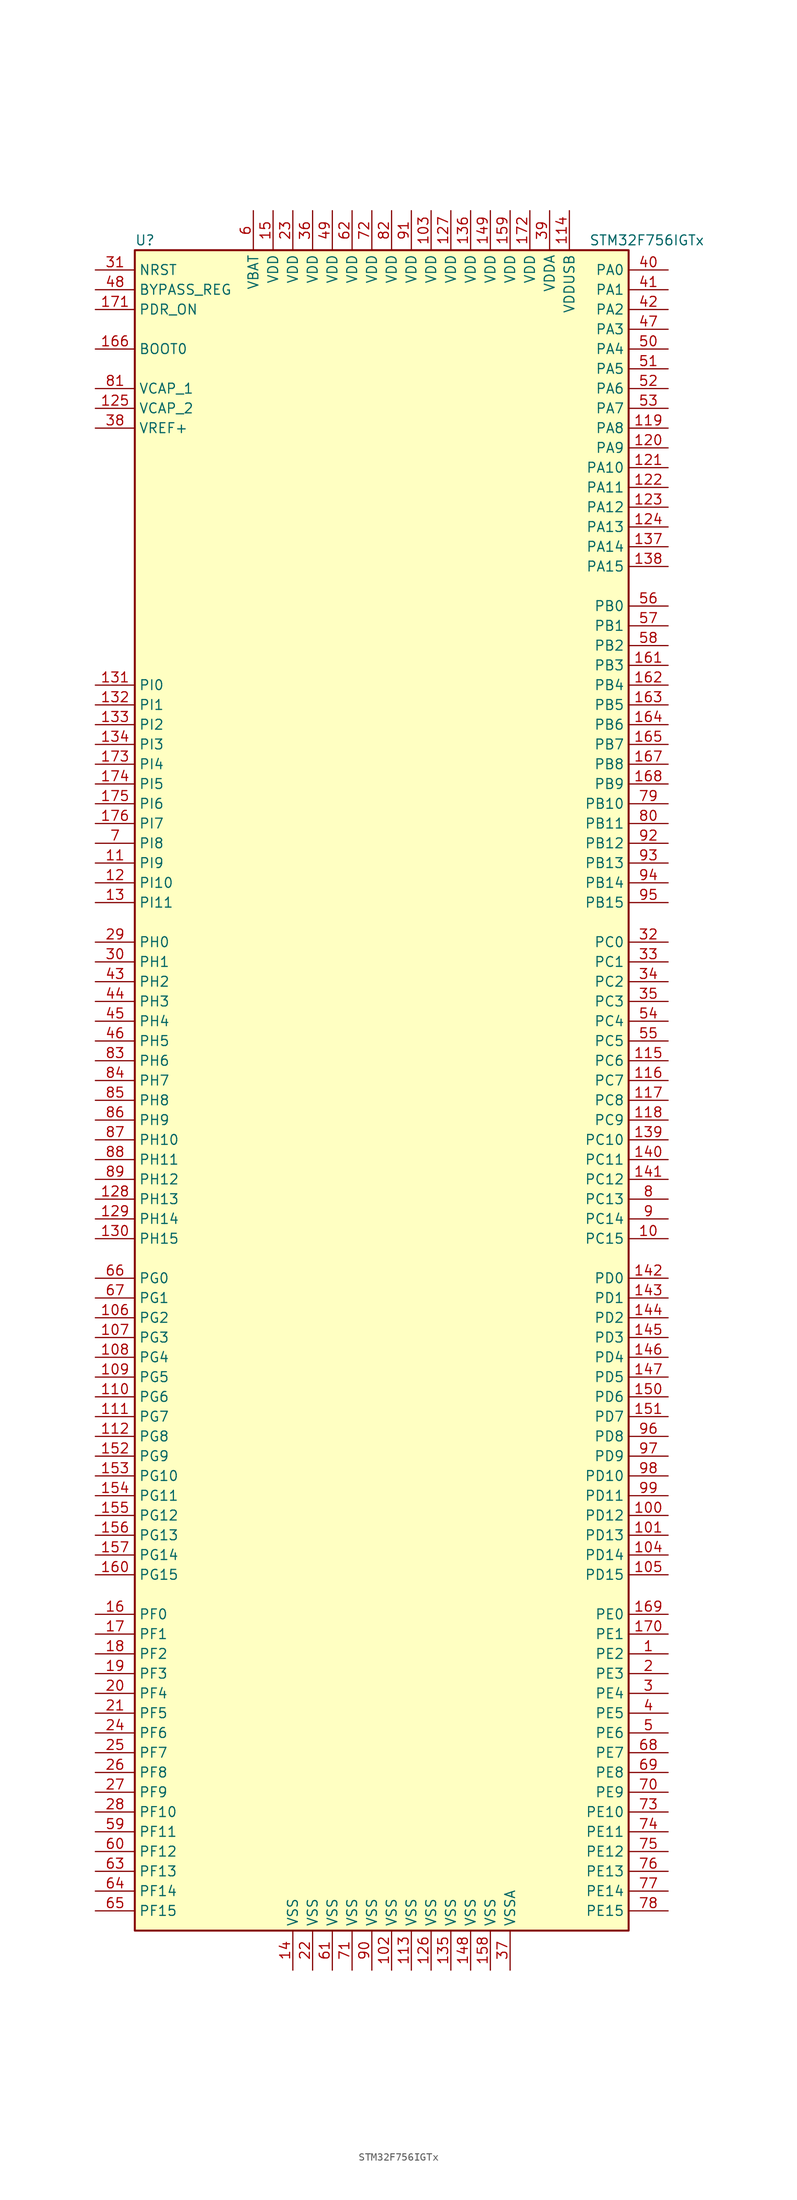
<source format=kicad_sym>
(kicad_symbol_lib
  (version 20211014)
  (generator kicad_symbol_editor)
  (symbol "STM32F756IGTx"
    (property "Reference" "U"
      (at -33.02 107.95 0)
      (effects (font (size 1.27 1.27)) (justify left)))
    (property "Value" "STM32F756IGTx"
      (at 25.4 107.95 0)
      (effects (font (size 1.27 1.27)) (justify left)))
    (symbol "STM32F756IGTx_0_1"
      (rectangle (start -33.02 -109.22) (end 30.48 106.68) (stroke (width 0.254) (type default) (color 0 0 0 0)) (fill (type background))))
    (symbol "STM32F756IGTx_1_1"
      (pin bidirectional line (at 35.56 -73.66 180) (length 5.08) (name "PE2" (effects (font (size 1.27 1.27)))) (number "1" (effects (font (size 1.27 1.27)))))
      (pin bidirectional line (at 35.56 -20.32 180) (length 5.08) (name "PC15" (effects (font (size 1.27 1.27)))) (number "10" (effects (font (size 1.27 1.27)))))
      (pin bidirectional line (at 35.56 -55.88 180) (length 5.08) (name "PD12" (effects (font (size 1.27 1.27)))) (number "100" (effects (font (size 1.27 1.27)))))
      (pin bidirectional line (at 35.56 -58.42 180) (length 5.08) (name "PD13" (effects (font (size 1.27 1.27)))) (number "101" (effects (font (size 1.27 1.27)))))
      (pin power_in line (at 0 -114.3 90) (length 5.08) (name "VSS" (effects (font (size 1.27 1.27)))) (number "102" (effects (font (size 1.27 1.27)))))
      (pin power_in line (at 5.08 111.76 270) (length 5.08) (name "VDD" (effects (font (size 1.27 1.27)))) (number "103" (effects (font (size 1.27 1.27)))))
      (pin bidirectional line (at 35.56 -60.96 180) (length 5.08) (name "PD14" (effects (font (size 1.27 1.27)))) (number "104" (effects (font (size 1.27 1.27)))))
      (pin bidirectional line (at 35.56 -63.5 180) (length 5.08) (name "PD15" (effects (font (size 1.27 1.27)))) (number "105" (effects (font (size 1.27 1.27)))))
      (pin bidirectional line (at -38.1 -30.48 0) (length 5.08) (name "PG2" (effects (font (size 1.27 1.27)))) (number "106" (effects (font (size 1.27 1.27)))))
      (pin bidirectional line (at -38.1 -33.02 0) (length 5.08) (name "PG3" (effects (font (size 1.27 1.27)))) (number "107" (effects (font (size 1.27 1.27)))))
      (pin bidirectional line (at -38.1 -35.56 0) (length 5.08) (name "PG4" (effects (font (size 1.27 1.27)))) (number "108" (effects (font (size 1.27 1.27)))))
      (pin bidirectional line (at -38.1 -38.1 0) (length 5.08) (name "PG5" (effects (font (size 1.27 1.27)))) (number "109" (effects (font (size 1.27 1.27)))))
      (pin bidirectional line (at -38.1 27.94 0) (length 5.08) (name "PI9" (effects (font (size 1.27 1.27)))) (number "11" (effects (font (size 1.27 1.27)))))
      (pin bidirectional line (at -38.1 -40.64 0) (length 5.08) (name "PG6" (effects (font (size 1.27 1.27)))) (number "110" (effects (font (size 1.27 1.27)))))
      (pin bidirectional line (at -38.1 -43.18 0) (length 5.08) (name "PG7" (effects (font (size 1.27 1.27)))) (number "111" (effects (font (size 1.27 1.27)))))
      (pin bidirectional line (at -38.1 -45.72 0) (length 5.08) (name "PG8" (effects (font (size 1.27 1.27)))) (number "112" (effects (font (size 1.27 1.27)))))
      (pin power_in line (at 2.54 -114.3 90) (length 5.08) (name "VSS" (effects (font (size 1.27 1.27)))) (number "113" (effects (font (size 1.27 1.27)))))
      (pin power_in line (at 22.86 111.76 270) (length 5.08) (name "VDDUSB" (effects (font (size 1.27 1.27)))) (number "114" (effects (font (size 1.27 1.27)))))
      (pin bidirectional line (at 35.56 2.54 180) (length 5.08) (name "PC6" (effects (font (size 1.27 1.27)))) (number "115" (effects (font (size 1.27 1.27)))))
      (pin bidirectional line (at 35.56 0 180) (length 5.08) (name "PC7" (effects (font (size 1.27 1.27)))) (number "116" (effects (font (size 1.27 1.27)))))
      (pin bidirectional line (at 35.56 -2.54 180) (length 5.08) (name "PC8" (effects (font (size 1.27 1.27)))) (number "117" (effects (font (size 1.27 1.27)))))
      (pin bidirectional line (at 35.56 -5.08 180) (length 5.08) (name "PC9" (effects (font (size 1.27 1.27)))) (number "118" (effects (font (size 1.27 1.27)))))
      (pin bidirectional line (at 35.56 83.82 180) (length 5.08) (name "PA8" (effects (font (size 1.27 1.27)))) (number "119" (effects (font (size 1.27 1.27)))))
      (pin bidirectional line (at -38.1 25.4 0) (length 5.08) (name "PI10" (effects (font (size 1.27 1.27)))) (number "12" (effects (font (size 1.27 1.27)))))
      (pin bidirectional line (at 35.56 81.28 180) (length 5.08) (name "PA9" (effects (font (size 1.27 1.27)))) (number "120" (effects (font (size 1.27 1.27)))))
      (pin bidirectional line (at 35.56 78.74 180) (length 5.08) (name "PA10" (effects (font (size 1.27 1.27)))) (number "121" (effects (font (size 1.27 1.27)))))
      (pin bidirectional line (at 35.56 76.2 180) (length 5.08) (name "PA11" (effects (font (size 1.27 1.27)))) (number "122" (effects (font (size 1.27 1.27)))))
      (pin bidirectional line (at 35.56 73.66 180) (length 5.08) (name "PA12" (effects (font (size 1.27 1.27)))) (number "123" (effects (font (size 1.27 1.27)))))
      (pin bidirectional line (at 35.56 71.12 180) (length 5.08) (name "PA13" (effects (font (size 1.27 1.27)))) (number "124" (effects (font (size 1.27 1.27)))))
      (pin power_in line (at -38.1 86.36 0) (length 5.08) (name "VCAP_2" (effects (font (size 1.27 1.27)))) (number "125" (effects (font (size 1.27 1.27)))))
      (pin power_in line (at 5.08 -114.3 90) (length 5.08) (name "VSS" (effects (font (size 1.27 1.27)))) (number "126" (effects (font (size 1.27 1.27)))))
      (pin power_in line (at 7.62 111.76 270) (length 5.08) (name "VDD" (effects (font (size 1.27 1.27)))) (number "127" (effects (font (size 1.27 1.27)))))
      (pin bidirectional line (at -38.1 -15.24 0) (length 5.08) (name "PH13" (effects (font (size 1.27 1.27)))) (number "128" (effects (font (size 1.27 1.27)))))
      (pin bidirectional line (at -38.1 -17.78 0) (length 5.08) (name "PH14" (effects (font (size 1.27 1.27)))) (number "129" (effects (font (size 1.27 1.27)))))
      (pin bidirectional line (at -38.1 22.86 0) (length 5.08) (name "PI11" (effects (font (size 1.27 1.27)))) (number "13" (effects (font (size 1.27 1.27)))))
      (pin bidirectional line (at -38.1 -20.32 0) (length 5.08) (name "PH15" (effects (font (size 1.27 1.27)))) (number "130" (effects (font (size 1.27 1.27)))))
      (pin bidirectional line (at -38.1 50.8 0) (length 5.08) (name "PI0" (effects (font (size 1.27 1.27)))) (number "131" (effects (font (size 1.27 1.27)))))
      (pin bidirectional line (at -38.1 48.26 0) (length 5.08) (name "PI1" (effects (font (size 1.27 1.27)))) (number "132" (effects (font (size 1.27 1.27)))))
      (pin bidirectional line (at -38.1 45.72 0) (length 5.08) (name "PI2" (effects (font (size 1.27 1.27)))) (number "133" (effects (font (size 1.27 1.27)))))
      (pin bidirectional line (at -38.1 43.18 0) (length 5.08) (name "PI3" (effects (font (size 1.27 1.27)))) (number "134" (effects (font (size 1.27 1.27)))))
      (pin power_in line (at 7.62 -114.3 90) (length 5.08) (name "VSS" (effects (font (size 1.27 1.27)))) (number "135" (effects (font (size 1.27 1.27)))))
      (pin power_in line (at 10.16 111.76 270) (length 5.08) (name "VDD" (effects (font (size 1.27 1.27)))) (number "136" (effects (font (size 1.27 1.27)))))
      (pin bidirectional line (at 35.56 68.58 180) (length 5.08) (name "PA14" (effects (font (size 1.27 1.27)))) (number "137" (effects (font (size 1.27 1.27)))))
      (pin bidirectional line (at 35.56 66.04 180) (length 5.08) (name "PA15" (effects (font (size 1.27 1.27)))) (number "138" (effects (font (size 1.27 1.27)))))
      (pin bidirectional line (at 35.56 -7.62 180) (length 5.08) (name "PC10" (effects (font (size 1.27 1.27)))) (number "139" (effects (font (size 1.27 1.27)))))
      (pin power_in line (at -12.7 -114.3 90) (length 5.08) (name "VSS" (effects (font (size 1.27 1.27)))) (number "14" (effects (font (size 1.27 1.27)))))
      (pin bidirectional line (at 35.56 -10.16 180) (length 5.08) (name "PC11" (effects (font (size 1.27 1.27)))) (number "140" (effects (font (size 1.27 1.27)))))
      (pin bidirectional line (at 35.56 -12.7 180) (length 5.08) (name "PC12" (effects (font (size 1.27 1.27)))) (number "141" (effects (font (size 1.27 1.27)))))
      (pin bidirectional line (at 35.56 -25.4 180) (length 5.08) (name "PD0" (effects (font (size 1.27 1.27)))) (number "142" (effects (font (size 1.27 1.27)))))
      (pin bidirectional line (at 35.56 -27.94 180) (length 5.08) (name "PD1" (effects (font (size 1.27 1.27)))) (number "143" (effects (font (size 1.27 1.27)))))
      (pin bidirectional line (at 35.56 -30.48 180) (length 5.08) (name "PD2" (effects (font (size 1.27 1.27)))) (number "144" (effects (font (size 1.27 1.27)))))
      (pin bidirectional line (at 35.56 -33.02 180) (length 5.08) (name "PD3" (effects (font (size 1.27 1.27)))) (number "145" (effects (font (size 1.27 1.27)))))
      (pin bidirectional line (at 35.56 -35.56 180) (length 5.08) (name "PD4" (effects (font (size 1.27 1.27)))) (number "146" (effects (font (size 1.27 1.27)))))
      (pin bidirectional line (at 35.56 -38.1 180) (length 5.08) (name "PD5" (effects (font (size 1.27 1.27)))) (number "147" (effects (font (size 1.27 1.27)))))
      (pin power_in line (at 10.16 -114.3 90) (length 5.08) (name "VSS" (effects (font (size 1.27 1.27)))) (number "148" (effects (font (size 1.27 1.27)))))
      (pin power_in line (at 12.7 111.76 270) (length 5.08) (name "VDD" (effects (font (size 1.27 1.27)))) (number "149" (effects (font (size 1.27 1.27)))))
      (pin power_in line (at -15.24 111.76 270) (length 5.08) (name "VDD" (effects (font (size 1.27 1.27)))) (number "15" (effects (font (size 1.27 1.27)))))
      (pin bidirectional line (at 35.56 -40.64 180) (length 5.08) (name "PD6" (effects (font (size 1.27 1.27)))) (number "150" (effects (font (size 1.27 1.27)))))
      (pin bidirectional line (at 35.56 -43.18 180) (length 5.08) (name "PD7" (effects (font (size 1.27 1.27)))) (number "151" (effects (font (size 1.27 1.27)))))
      (pin bidirectional line (at -38.1 -48.26 0) (length 5.08) (name "PG9" (effects (font (size 1.27 1.27)))) (number "152" (effects (font (size 1.27 1.27)))))
      (pin bidirectional line (at -38.1 -50.8 0) (length 5.08) (name "PG10" (effects (font (size 1.27 1.27)))) (number "153" (effects (font (size 1.27 1.27)))))
      (pin bidirectional line (at -38.1 -53.34 0) (length 5.08) (name "PG11" (effects (font (size 1.27 1.27)))) (number "154" (effects (font (size 1.27 1.27)))))
      (pin bidirectional line (at -38.1 -55.88 0) (length 5.08) (name "PG12" (effects (font (size 1.27 1.27)))) (number "155" (effects (font (size 1.27 1.27)))))
      (pin bidirectional line (at -38.1 -58.42 0) (length 5.08) (name "PG13" (effects (font (size 1.27 1.27)))) (number "156" (effects (font (size 1.27 1.27)))))
      (pin bidirectional line (at -38.1 -60.96 0) (length 5.08) (name "PG14" (effects (font (size 1.27 1.27)))) (number "157" (effects (font (size 1.27 1.27)))))
      (pin power_in line (at 12.7 -114.3 90) (length 5.08) (name "VSS" (effects (font (size 1.27 1.27)))) (number "158" (effects (font (size 1.27 1.27)))))
      (pin power_in line (at 15.24 111.76 270) (length 5.08) (name "VDD" (effects (font (size 1.27 1.27)))) (number "159" (effects (font (size 1.27 1.27)))))
      (pin bidirectional line (at -38.1 -68.58 0) (length 5.08) (name "PF0" (effects (font (size 1.27 1.27)))) (number "16" (effects (font (size 1.27 1.27)))))
      (pin bidirectional line (at -38.1 -63.5 0) (length 5.08) (name "PG15" (effects (font (size 1.27 1.27)))) (number "160" (effects (font (size 1.27 1.27)))))
      (pin bidirectional line (at 35.56 53.34 180) (length 5.08) (name "PB3" (effects (font (size 1.27 1.27)))) (number "161" (effects (font (size 1.27 1.27)))))
      (pin bidirectional line (at 35.56 50.8 180) (length 5.08) (name "PB4" (effects (font (size 1.27 1.27)))) (number "162" (effects (font (size 1.27 1.27)))))
      (pin bidirectional line (at 35.56 48.26 180) (length 5.08) (name "PB5" (effects (font (size 1.27 1.27)))) (number "163" (effects (font (size 1.27 1.27)))))
      (pin bidirectional line (at 35.56 45.72 180) (length 5.08) (name "PB6" (effects (font (size 1.27 1.27)))) (number "164" (effects (font (size 1.27 1.27)))))
      (pin bidirectional line (at 35.56 43.18 180) (length 5.08) (name "PB7" (effects (font (size 1.27 1.27)))) (number "165" (effects (font (size 1.27 1.27)))))
      (pin input line (at -38.1 93.98 0) (length 5.08) (name "BOOT0" (effects (font (size 1.27 1.27)))) (number "166" (effects (font (size 1.27 1.27)))))
      (pin bidirectional line (at 35.56 40.64 180) (length 5.08) (name "PB8" (effects (font (size 1.27 1.27)))) (number "167" (effects (font (size 1.27 1.27)))))
      (pin bidirectional line (at 35.56 38.1 180) (length 5.08) (name "PB9" (effects (font (size 1.27 1.27)))) (number "168" (effects (font (size 1.27 1.27)))))
      (pin bidirectional line (at 35.56 -68.58 180) (length 5.08) (name "PE0" (effects (font (size 1.27 1.27)))) (number "169" (effects (font (size 1.27 1.27)))))
      (pin bidirectional line (at -38.1 -71.12 0) (length 5.08) (name "PF1" (effects (font (size 1.27 1.27)))) (number "17" (effects (font (size 1.27 1.27)))))
      (pin bidirectional line (at 35.56 -71.12 180) (length 5.08) (name "PE1" (effects (font (size 1.27 1.27)))) (number "170" (effects (font (size 1.27 1.27)))))
      (pin input line (at -38.1 99.06 0) (length 5.08) (name "PDR_ON" (effects (font (size 1.27 1.27)))) (number "171" (effects (font (size 1.27 1.27)))))
      (pin power_in line (at 17.78 111.76 270) (length 5.08) (name "VDD" (effects (font (size 1.27 1.27)))) (number "172" (effects (font (size 1.27 1.27)))))
      (pin bidirectional line (at -38.1 40.64 0) (length 5.08) (name "PI4" (effects (font (size 1.27 1.27)))) (number "173" (effects (font (size 1.27 1.27)))))
      (pin bidirectional line (at -38.1 38.1 0) (length 5.08) (name "PI5" (effects (font (size 1.27 1.27)))) (number "174" (effects (font (size 1.27 1.27)))))
      (pin bidirectional line (at -38.1 35.56 0) (length 5.08) (name "PI6" (effects (font (size 1.27 1.27)))) (number "175" (effects (font (size 1.27 1.27)))))
      (pin bidirectional line (at -38.1 33.02 0) (length 5.08) (name "PI7" (effects (font (size 1.27 1.27)))) (number "176" (effects (font (size 1.27 1.27)))))
      (pin bidirectional line (at -38.1 -73.66 0) (length 5.08) (name "PF2" (effects (font (size 1.27 1.27)))) (number "18" (effects (font (size 1.27 1.27)))))
      (pin bidirectional line (at -38.1 -76.2 0) (length 5.08) (name "PF3" (effects (font (size 1.27 1.27)))) (number "19" (effects (font (size 1.27 1.27)))))
      (pin bidirectional line (at 35.56 -76.2 180) (length 5.08) (name "PE3" (effects (font (size 1.27 1.27)))) (number "2" (effects (font (size 1.27 1.27)))))
      (pin bidirectional line (at -38.1 -78.74 0) (length 5.08) (name "PF4" (effects (font (size 1.27 1.27)))) (number "20" (effects (font (size 1.27 1.27)))))
      (pin bidirectional line (at -38.1 -81.28 0) (length 5.08) (name "PF5" (effects (font (size 1.27 1.27)))) (number "21" (effects (font (size 1.27 1.27)))))
      (pin power_in line (at -10.16 -114.3 90) (length 5.08) (name "VSS" (effects (font (size 1.27 1.27)))) (number "22" (effects (font (size 1.27 1.27)))))
      (pin power_in line (at -12.7 111.76 270) (length 5.08) (name "VDD" (effects (font (size 1.27 1.27)))) (number "23" (effects (font (size 1.27 1.27)))))
      (pin bidirectional line (at -38.1 -83.82 0) (length 5.08) (name "PF6" (effects (font (size 1.27 1.27)))) (number "24" (effects (font (size 1.27 1.27)))))
      (pin bidirectional line (at -38.1 -86.36 0) (length 5.08) (name "PF7" (effects (font (size 1.27 1.27)))) (number "25" (effects (font (size 1.27 1.27)))))
      (pin bidirectional line (at -38.1 -88.9 0) (length 5.08) (name "PF8" (effects (font (size 1.27 1.27)))) (number "26" (effects (font (size 1.27 1.27)))))
      (pin bidirectional line (at -38.1 -91.44 0) (length 5.08) (name "PF9" (effects (font (size 1.27 1.27)))) (number "27" (effects (font (size 1.27 1.27)))))
      (pin bidirectional line (at -38.1 -93.98 0) (length 5.08) (name "PF10" (effects (font (size 1.27 1.27)))) (number "28" (effects (font (size 1.27 1.27)))))
      (pin input line (at -38.1 17.78 0) (length 5.08) (name "PH0" (effects (font (size 1.27 1.27)))) (number "29" (effects (font (size 1.27 1.27)))))
      (pin bidirectional line (at 35.56 -78.74 180) (length 5.08) (name "PE4" (effects (font (size 1.27 1.27)))) (number "3" (effects (font (size 1.27 1.27)))))
      (pin input line (at -38.1 15.24 0) (length 5.08) (name "PH1" (effects (font (size 1.27 1.27)))) (number "30" (effects (font (size 1.27 1.27)))))
      (pin input line (at -38.1 104.14 0) (length 5.08) (name "NRST" (effects (font (size 1.27 1.27)))) (number "31" (effects (font (size 1.27 1.27)))))
      (pin bidirectional line (at 35.56 17.78 180) (length 5.08) (name "PC0" (effects (font (size 1.27 1.27)))) (number "32" (effects (font (size 1.27 1.27)))))
      (pin bidirectional line (at 35.56 15.24 180) (length 5.08) (name "PC1" (effects (font (size 1.27 1.27)))) (number "33" (effects (font (size 1.27 1.27)))))
      (pin bidirectional line (at 35.56 12.7 180) (length 5.08) (name "PC2" (effects (font (size 1.27 1.27)))) (number "34" (effects (font (size 1.27 1.27)))))
      (pin bidirectional line (at 35.56 10.16 180) (length 5.08) (name "PC3" (effects (font (size 1.27 1.27)))) (number "35" (effects (font (size 1.27 1.27)))))
      (pin power_in line (at -10.16 111.76 270) (length 5.08) (name "VDD" (effects (font (size 1.27 1.27)))) (number "36" (effects (font (size 1.27 1.27)))))
      (pin power_in line (at 15.24 -114.3 90) (length 5.08) (name "VSSA" (effects (font (size 1.27 1.27)))) (number "37" (effects (font (size 1.27 1.27)))))
      (pin power_in line (at -38.1 83.82 0) (length 5.08) (name "VREF+" (effects (font (size 1.27 1.27)))) (number "38" (effects (font (size 1.27 1.27)))))
      (pin power_in line (at 20.32 111.76 270) (length 5.08) (name "VDDA" (effects (font (size 1.27 1.27)))) (number "39" (effects (font (size 1.27 1.27)))))
      (pin bidirectional line (at 35.56 -81.28 180) (length 5.08) (name "PE5" (effects (font (size 1.27 1.27)))) (number "4" (effects (font (size 1.27 1.27)))))
      (pin bidirectional line (at 35.56 104.14 180) (length 5.08) (name "PA0" (effects (font (size 1.27 1.27)))) (number "40" (effects (font (size 1.27 1.27)))))
      (pin bidirectional line (at 35.56 101.6 180) (length 5.08) (name "PA1" (effects (font (size 1.27 1.27)))) (number "41" (effects (font (size 1.27 1.27)))))
      (pin bidirectional line (at 35.56 99.06 180) (length 5.08) (name "PA2" (effects (font (size 1.27 1.27)))) (number "42" (effects (font (size 1.27 1.27)))))
      (pin bidirectional line (at -38.1 12.7 0) (length 5.08) (name "PH2" (effects (font (size 1.27 1.27)))) (number "43" (effects (font (size 1.27 1.27)))))
      (pin bidirectional line (at -38.1 10.16 0) (length 5.08) (name "PH3" (effects (font (size 1.27 1.27)))) (number "44" (effects (font (size 1.27 1.27)))))
      (pin bidirectional line (at -38.1 7.62 0) (length 5.08) (name "PH4" (effects (font (size 1.27 1.27)))) (number "45" (effects (font (size 1.27 1.27)))))
      (pin bidirectional line (at -38.1 5.08 0) (length 5.08) (name "PH5" (effects (font (size 1.27 1.27)))) (number "46" (effects (font (size 1.27 1.27)))))
      (pin bidirectional line (at 35.56 96.52 180) (length 5.08) (name "PA3" (effects (font (size 1.27 1.27)))) (number "47" (effects (font (size 1.27 1.27)))))
      (pin input line (at -38.1 101.6 0) (length 5.08) (name "BYPASS_REG" (effects (font (size 1.27 1.27)))) (number "48" (effects (font (size 1.27 1.27)))))
      (pin power_in line (at -7.62 111.76 270) (length 5.08) (name "VDD" (effects (font (size 1.27 1.27)))) (number "49" (effects (font (size 1.27 1.27)))))
      (pin bidirectional line (at 35.56 -83.82 180) (length 5.08) (name "PE6" (effects (font (size 1.27 1.27)))) (number "5" (effects (font (size 1.27 1.27)))))
      (pin bidirectional line (at 35.56 93.98 180) (length 5.08) (name "PA4" (effects (font (size 1.27 1.27)))) (number "50" (effects (font (size 1.27 1.27)))))
      (pin bidirectional line (at 35.56 91.44 180) (length 5.08) (name "PA5" (effects (font (size 1.27 1.27)))) (number "51" (effects (font (size 1.27 1.27)))))
      (pin bidirectional line (at 35.56 88.9 180) (length 5.08) (name "PA6" (effects (font (size 1.27 1.27)))) (number "52" (effects (font (size 1.27 1.27)))))
      (pin bidirectional line (at 35.56 86.36 180) (length 5.08) (name "PA7" (effects (font (size 1.27 1.27)))) (number "53" (effects (font (size 1.27 1.27)))))
      (pin bidirectional line (at 35.56 7.62 180) (length 5.08) (name "PC4" (effects (font (size 1.27 1.27)))) (number "54" (effects (font (size 1.27 1.27)))))
      (pin bidirectional line (at 35.56 5.08 180) (length 5.08) (name "PC5" (effects (font (size 1.27 1.27)))) (number "55" (effects (font (size 1.27 1.27)))))
      (pin bidirectional line (at 35.56 60.96 180) (length 5.08) (name "PB0" (effects (font (size 1.27 1.27)))) (number "56" (effects (font (size 1.27 1.27)))))
      (pin bidirectional line (at 35.56 58.42 180) (length 5.08) (name "PB1" (effects (font (size 1.27 1.27)))) (number "57" (effects (font (size 1.27 1.27)))))
      (pin bidirectional line (at 35.56 55.88 180) (length 5.08) (name "PB2" (effects (font (size 1.27 1.27)))) (number "58" (effects (font (size 1.27 1.27)))))
      (pin bidirectional line (at -38.1 -96.52 0) (length 5.08) (name "PF11" (effects (font (size 1.27 1.27)))) (number "59" (effects (font (size 1.27 1.27)))))
      (pin power_in line (at -17.78 111.76 270) (length 5.08) (name "VBAT" (effects (font (size 1.27 1.27)))) (number "6" (effects (font (size 1.27 1.27)))))
      (pin bidirectional line (at -38.1 -99.06 0) (length 5.08) (name "PF12" (effects (font (size 1.27 1.27)))) (number "60" (effects (font (size 1.27 1.27)))))
      (pin power_in line (at -7.62 -114.3 90) (length 5.08) (name "VSS" (effects (font (size 1.27 1.27)))) (number "61" (effects (font (size 1.27 1.27)))))
      (pin power_in line (at -5.08 111.76 270) (length 5.08) (name "VDD" (effects (font (size 1.27 1.27)))) (number "62" (effects (font (size 1.27 1.27)))))
      (pin bidirectional line (at -38.1 -101.6 0) (length 5.08) (name "PF13" (effects (font (size 1.27 1.27)))) (number "63" (effects (font (size 1.27 1.27)))))
      (pin bidirectional line (at -38.1 -104.14 0) (length 5.08) (name "PF14" (effects (font (size 1.27 1.27)))) (number "64" (effects (font (size 1.27 1.27)))))
      (pin bidirectional line (at -38.1 -106.68 0) (length 5.08) (name "PF15" (effects (font (size 1.27 1.27)))) (number "65" (effects (font (size 1.27 1.27)))))
      (pin bidirectional line (at -38.1 -25.4 0) (length 5.08) (name "PG0" (effects (font (size 1.27 1.27)))) (number "66" (effects (font (size 1.27 1.27)))))
      (pin bidirectional line (at -38.1 -27.94 0) (length 5.08) (name "PG1" (effects (font (size 1.27 1.27)))) (number "67" (effects (font (size 1.27 1.27)))))
      (pin bidirectional line (at 35.56 -86.36 180) (length 5.08) (name "PE7" (effects (font (size 1.27 1.27)))) (number "68" (effects (font (size 1.27 1.27)))))
      (pin bidirectional line (at 35.56 -88.9 180) (length 5.08) (name "PE8" (effects (font (size 1.27 1.27)))) (number "69" (effects (font (size 1.27 1.27)))))
      (pin bidirectional line (at -38.1 30.48 0) (length 5.08) (name "PI8" (effects (font (size 1.27 1.27)))) (number "7" (effects (font (size 1.27 1.27)))))
      (pin bidirectional line (at 35.56 -91.44 180) (length 5.08) (name "PE9" (effects (font (size 1.27 1.27)))) (number "70" (effects (font (size 1.27 1.27)))))
      (pin power_in line (at -5.08 -114.3 90) (length 5.08) (name "VSS" (effects (font (size 1.27 1.27)))) (number "71" (effects (font (size 1.27 1.27)))))
      (pin power_in line (at -2.54 111.76 270) (length 5.08) (name "VDD" (effects (font (size 1.27 1.27)))) (number "72" (effects (font (size 1.27 1.27)))))
      (pin bidirectional line (at 35.56 -93.98 180) (length 5.08) (name "PE10" (effects (font (size 1.27 1.27)))) (number "73" (effects (font (size 1.27 1.27)))))
      (pin bidirectional line (at 35.56 -96.52 180) (length 5.08) (name "PE11" (effects (font (size 1.27 1.27)))) (number "74" (effects (font (size 1.27 1.27)))))
      (pin bidirectional line (at 35.56 -99.06 180) (length 5.08) (name "PE12" (effects (font (size 1.27 1.27)))) (number "75" (effects (font (size 1.27 1.27)))))
      (pin bidirectional line (at 35.56 -101.6 180) (length 5.08) (name "PE13" (effects (font (size 1.27 1.27)))) (number "76" (effects (font (size 1.27 1.27)))))
      (pin bidirectional line (at 35.56 -104.14 180) (length 5.08) (name "PE14" (effects (font (size 1.27 1.27)))) (number "77" (effects (font (size 1.27 1.27)))))
      (pin bidirectional line (at 35.56 -106.68 180) (length 5.08) (name "PE15" (effects (font (size 1.27 1.27)))) (number "78" (effects (font (size 1.27 1.27)))))
      (pin bidirectional line (at 35.56 35.56 180) (length 5.08) (name "PB10" (effects (font (size 1.27 1.27)))) (number "79" (effects (font (size 1.27 1.27)))))
      (pin bidirectional line (at 35.56 -15.24 180) (length 5.08) (name "PC13" (effects (font (size 1.27 1.27)))) (number "8" (effects (font (size 1.27 1.27)))))
      (pin bidirectional line (at 35.56 33.02 180) (length 5.08) (name "PB11" (effects (font (size 1.27 1.27)))) (number "80" (effects (font (size 1.27 1.27)))))
      (pin power_in line (at -38.1 88.9 0) (length 5.08) (name "VCAP_1" (effects (font (size 1.27 1.27)))) (number "81" (effects (font (size 1.27 1.27)))))
      (pin power_in line (at 0 111.76 270) (length 5.08) (name "VDD" (effects (font (size 1.27 1.27)))) (number "82" (effects (font (size 1.27 1.27)))))
      (pin bidirectional line (at -38.1 2.54 0) (length 5.08) (name "PH6" (effects (font (size 1.27 1.27)))) (number "83" (effects (font (size 1.27 1.27)))))
      (pin bidirectional line (at -38.1 0 0) (length 5.08) (name "PH7" (effects (font (size 1.27 1.27)))) (number "84" (effects (font (size 1.27 1.27)))))
      (pin bidirectional line (at -38.1 -2.54 0) (length 5.08) (name "PH8" (effects (font (size 1.27 1.27)))) (number "85" (effects (font (size 1.27 1.27)))))
      (pin bidirectional line (at -38.1 -5.08 0) (length 5.08) (name "PH9" (effects (font (size 1.27 1.27)))) (number "86" (effects (font (size 1.27 1.27)))))
      (pin bidirectional line (at -38.1 -7.62 0) (length 5.08) (name "PH10" (effects (font (size 1.27 1.27)))) (number "87" (effects (font (size 1.27 1.27)))))
      (pin bidirectional line (at -38.1 -10.16 0) (length 5.08) (name "PH11" (effects (font (size 1.27 1.27)))) (number "88" (effects (font (size 1.27 1.27)))))
      (pin bidirectional line (at -38.1 -12.7 0) (length 5.08) (name "PH12" (effects (font (size 1.27 1.27)))) (number "89" (effects (font (size 1.27 1.27)))))
      (pin bidirectional line (at 35.56 -17.78 180) (length 5.08) (name "PC14" (effects (font (size 1.27 1.27)))) (number "9" (effects (font (size 1.27 1.27)))))
      (pin power_in line (at -2.54 -114.3 90) (length 5.08) (name "VSS" (effects (font (size 1.27 1.27)))) (number "90" (effects (font (size 1.27 1.27)))))
      (pin power_in line (at 2.54 111.76 270) (length 5.08) (name "VDD" (effects (font (size 1.27 1.27)))) (number "91" (effects (font (size 1.27 1.27)))))
      (pin bidirectional line (at 35.56 30.48 180) (length 5.08) (name "PB12" (effects (font (size 1.27 1.27)))) (number "92" (effects (font (size 1.27 1.27)))))
      (pin bidirectional line (at 35.56 27.94 180) (length 5.08) (name "PB13" (effects (font (size 1.27 1.27)))) (number "93" (effects (font (size 1.27 1.27)))))
      (pin bidirectional line (at 35.56 25.4 180) (length 5.08) (name "PB14" (effects (font (size 1.27 1.27)))) (number "94" (effects (font (size 1.27 1.27)))))
      (pin bidirectional line (at 35.56 22.86 180) (length 5.08) (name "PB15" (effects (font (size 1.27 1.27)))) (number "95" (effects (font (size 1.27 1.27)))))
      (pin bidirectional line (at 35.56 -45.72 180) (length 5.08) (name "PD8" (effects (font (size 1.27 1.27)))) (number "96" (effects (font (size 1.27 1.27)))))
      (pin bidirectional line (at 35.56 -48.26 180) (length 5.08) (name "PD9" (effects (font (size 1.27 1.27)))) (number "97" (effects (font (size 1.27 1.27)))))
      (pin bidirectional line (at 35.56 -50.8 180) (length 5.08) (name "PD10" (effects (font (size 1.27 1.27)))) (number "98" (effects (font (size 1.27 1.27)))))
      (pin bidirectional line (at 35.56 -53.34 180) (length 5.08) (name "PD11" (effects (font (size 1.27 1.27)))) (number "99" (effects (font (size 1.27 1.27))))))))
</source>
